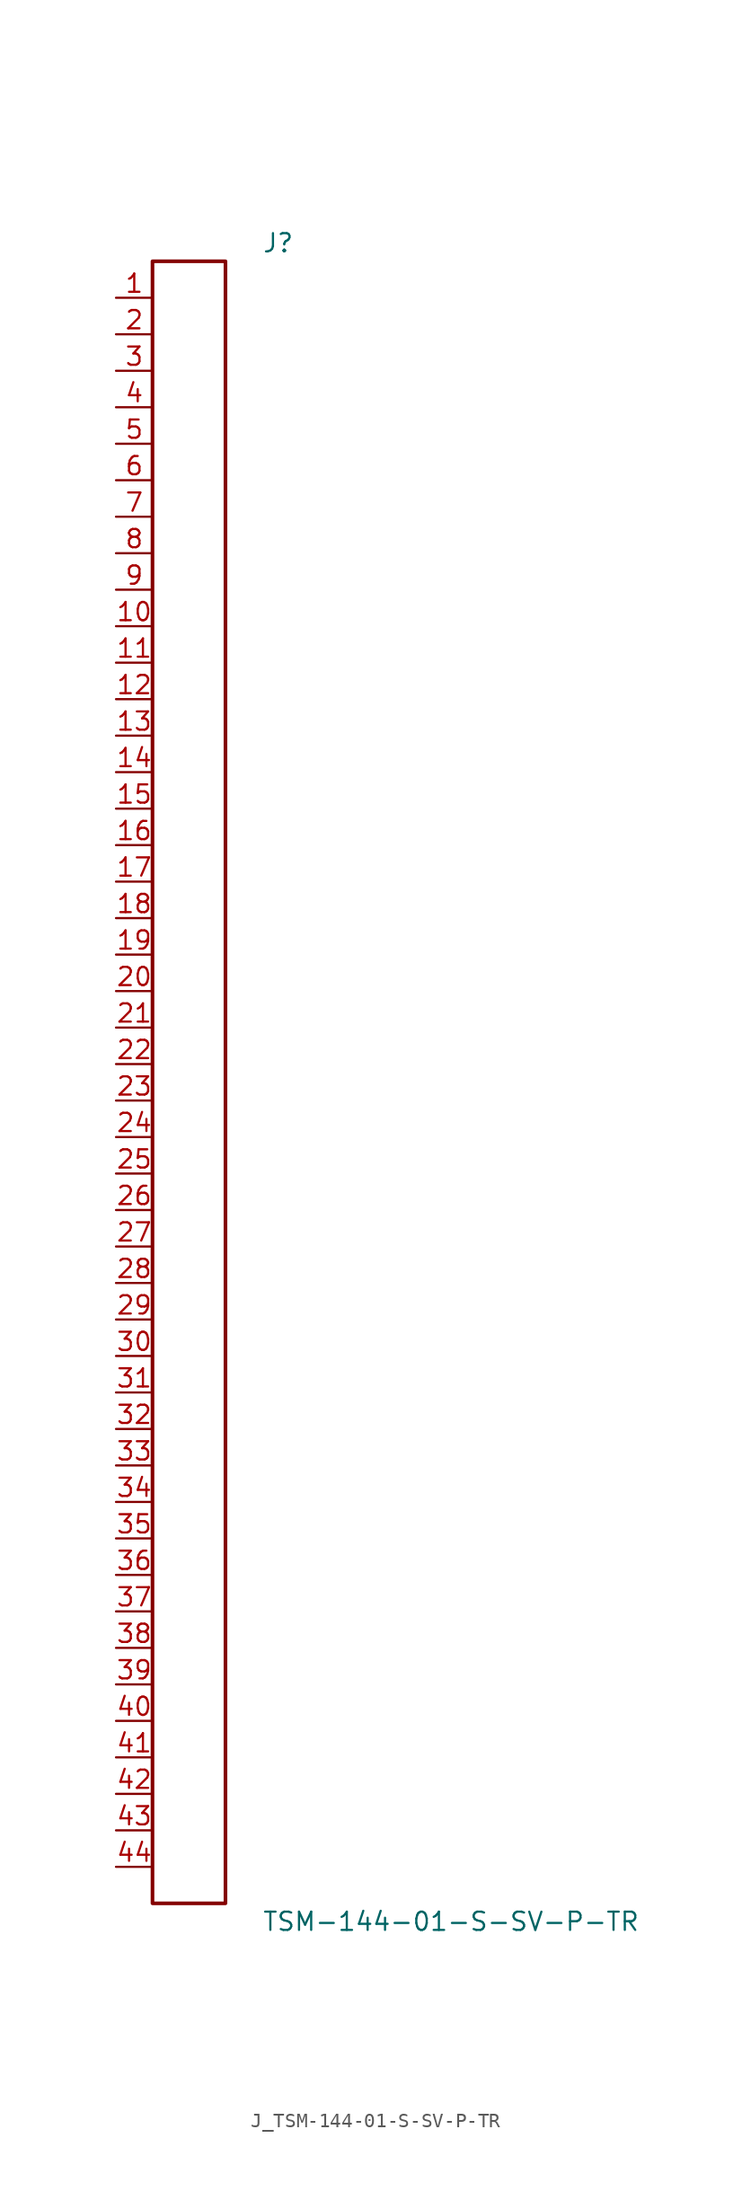
<source format=kicad_sym>
(kicad_symbol_lib
  (version 20231120)
  (generator kicad_symbol_editor)
  (generator_version 8.0)
  (symbol "J_TSM-144-01-S-SV-P-TR"
    (pin_names
      (offset 0.254))
    (property "Reference" "J"
      (at 5.08 58.42 0)
      (effects (font (size 1.27 1.27)) (justify left)))
    (property "Value" "TSM-144-01-S-SV-P-TR"
      (at 5.08 -58.42 0)
      (effects (font (size 1.27 1.27)) (justify left)))
    (symbol "J_TSM-144-01-S-SV-P-TR_0_0"
      (pin unspecified line (at -5.08 54.61 0) (length 2.54) (name "" (effects (font (size 1.27 1.27)))) (number "1" (effects (font (size 1.27 1.27)))))
      (pin unspecified line (at -5.08 52.07 0) (length 2.54) (name "" (effects (font (size 1.27 1.27)))) (number "2" (effects (font (size 1.27 1.27)))))
      (pin unspecified line (at -5.08 49.53 0) (length 2.54) (name "" (effects (font (size 1.27 1.27)))) (number "3" (effects (font (size 1.27 1.27)))))
      (pin unspecified line (at -5.08 46.99 0) (length 2.54) (name "" (effects (font (size 1.27 1.27)))) (number "4" (effects (font (size 1.27 1.27)))))
      (pin unspecified line (at -5.08 44.45 0) (length 2.54) (name "" (effects (font (size 1.27 1.27)))) (number "5" (effects (font (size 1.27 1.27)))))
      (pin unspecified line (at -5.08 41.91 0) (length 2.54) (name "" (effects (font (size 1.27 1.27)))) (number "6" (effects (font (size 1.27 1.27)))))
      (pin unspecified line (at -5.08 39.37 0) (length 2.54) (name "" (effects (font (size 1.27 1.27)))) (number "7" (effects (font (size 1.27 1.27)))))
      (pin unspecified line (at -5.08 36.83 0) (length 2.54) (name "" (effects (font (size 1.27 1.27)))) (number "8" (effects (font (size 1.27 1.27)))))
      (pin unspecified line (at -5.08 34.29 0) (length 2.54) (name "" (effects (font (size 1.27 1.27)))) (number "9" (effects (font (size 1.27 1.27)))))
      (pin unspecified line (at -5.08 31.75 0) (length 2.54) (name "" (effects (font (size 1.27 1.27)))) (number "10" (effects (font (size 1.27 1.27)))))
      (pin unspecified line (at -5.08 29.21 0) (length 2.54) (name "" (effects (font (size 1.27 1.27)))) (number "11" (effects (font (size 1.27 1.27)))))
      (pin unspecified line (at -5.08 26.67 0) (length 2.54) (name "" (effects (font (size 1.27 1.27)))) (number "12" (effects (font (size 1.27 1.27)))))
      (pin unspecified line (at -5.08 24.13 0) (length 2.54) (name "" (effects (font (size 1.27 1.27)))) (number "13" (effects (font (size 1.27 1.27)))))
      (pin unspecified line (at -5.08 21.59 0) (length 2.54) (name "" (effects (font (size 1.27 1.27)))) (number "14" (effects (font (size 1.27 1.27)))))
      (pin unspecified line (at -5.08 19.05 0) (length 2.54) (name "" (effects (font (size 1.27 1.27)))) (number "15" (effects (font (size 1.27 1.27)))))
      (pin unspecified line (at -5.08 16.51 0) (length 2.54) (name "" (effects (font (size 1.27 1.27)))) (number "16" (effects (font (size 1.27 1.27)))))
      (pin unspecified line (at -5.08 13.97 0) (length 2.54) (name "" (effects (font (size 1.27 1.27)))) (number "17" (effects (font (size 1.27 1.27)))))
      (pin unspecified line (at -5.08 11.43 0) (length 2.54) (name "" (effects (font (size 1.27 1.27)))) (number "18" (effects (font (size 1.27 1.27)))))
      (pin unspecified line (at -5.08 8.89 0) (length 2.54) (name "" (effects (font (size 1.27 1.27)))) (number "19" (effects (font (size 1.27 1.27)))))
      (pin unspecified line (at -5.08 6.35 0) (length 2.54) (name "" (effects (font (size 1.27 1.27)))) (number "20" (effects (font (size 1.27 1.27)))))
      (pin unspecified line (at -5.08 3.81 0) (length 2.54) (name "" (effects (font (size 1.27 1.27)))) (number "21" (effects (font (size 1.27 1.27)))))
      (pin unspecified line (at -5.08 1.27 0) (length 2.54) (name "" (effects (font (size 1.27 1.27)))) (number "22" (effects (font (size 1.27 1.27)))))
      (pin unspecified line (at -5.08 -1.27 0) (length 2.54) (name "" (effects (font (size 1.27 1.27)))) (number "23" (effects (font (size 1.27 1.27)))))
      (pin unspecified line (at -5.08 -3.81 0) (length 2.54) (name "" (effects (font (size 1.27 1.27)))) (number "24" (effects (font (size 1.27 1.27)))))
      (pin unspecified line (at -5.08 -6.35 0) (length 2.54) (name "" (effects (font (size 1.27 1.27)))) (number "25" (effects (font (size 1.27 1.27)))))
      (pin unspecified line (at -5.08 -8.89 0) (length 2.54) (name "" (effects (font (size 1.27 1.27)))) (number "26" (effects (font (size 1.27 1.27)))))
      (pin unspecified line (at -5.08 -11.43 0) (length 2.54) (name "" (effects (font (size 1.27 1.27)))) (number "27" (effects (font (size 1.27 1.27)))))
      (pin unspecified line (at -5.08 -13.97 0) (length 2.54) (name "" (effects (font (size 1.27 1.27)))) (number "28" (effects (font (size 1.27 1.27)))))
      (pin unspecified line (at -5.08 -16.51 0) (length 2.54) (name "" (effects (font (size 1.27 1.27)))) (number "29" (effects (font (size 1.27 1.27)))))
      (pin unspecified line (at -5.08 -19.05 0) (length 2.54) (name "" (effects (font (size 1.27 1.27)))) (number "30" (effects (font (size 1.27 1.27)))))
      (pin unspecified line (at -5.08 -21.59 0) (length 2.54) (name "" (effects (font (size 1.27 1.27)))) (number "31" (effects (font (size 1.27 1.27)))))
      (pin unspecified line (at -5.08 -24.13 0) (length 2.54) (name "" (effects (font (size 1.27 1.27)))) (number "32" (effects (font (size 1.27 1.27)))))
      (pin unspecified line (at -5.08 -26.67 0) (length 2.54) (name "" (effects (font (size 1.27 1.27)))) (number "33" (effects (font (size 1.27 1.27)))))
      (pin unspecified line (at -5.08 -29.21 0) (length 2.54) (name "" (effects (font (size 1.27 1.27)))) (number "34" (effects (font (size 1.27 1.27)))))
      (pin unspecified line (at -5.08 -31.75 0) (length 2.54) (name "" (effects (font (size 1.27 1.27)))) (number "35" (effects (font (size 1.27 1.27)))))
      (pin unspecified line (at -5.08 -34.29 0) (length 2.54) (name "" (effects (font (size 1.27 1.27)))) (number "36" (effects (font (size 1.27 1.27)))))
      (pin unspecified line (at -5.08 -36.83 0) (length 2.54) (name "" (effects (font (size 1.27 1.27)))) (number "37" (effects (font (size 1.27 1.27)))))
      (pin unspecified line (at -5.08 -39.37 0) (length 2.54) (name "" (effects (font (size 1.27 1.27)))) (number "38" (effects (font (size 1.27 1.27)))))
      (pin unspecified line (at -5.08 -41.91 0) (length 2.54) (name "" (effects (font (size 1.27 1.27)))) (number "39" (effects (font (size 1.27 1.27)))))
      (pin unspecified line (at -5.08 -44.45 0) (length 2.54) (name "" (effects (font (size 1.27 1.27)))) (number "40" (effects (font (size 1.27 1.27)))))
      (pin unspecified line (at -5.08 -46.99 0) (length 2.54) (name "" (effects (font (size 1.27 1.27)))) (number "41" (effects (font (size 1.27 1.27)))))
      (pin unspecified line (at -5.08 -49.53 0) (length 2.54) (name "" (effects (font (size 1.27 1.27)))) (number "42" (effects (font (size 1.27 1.27)))))
      (pin unspecified line (at -5.08 -52.07 0) (length 2.54) (name "" (effects (font (size 1.27 1.27)))) (number "43" (effects (font (size 1.27 1.27)))))
      (pin unspecified line (at -5.08 -54.61 0) (length 2.54) (name "" (effects (font (size 1.27 1.27)))) (number "44" (effects (font (size 1.27 1.27))))))
    (symbol "J_TSM-144-01-S-SV-P-TR_1_0"
      (rectangle (start -2.54 57.15) (end 2.54 -57.15) (stroke (width 0.254) (type solid)) (fill (type none))))))
</source>
